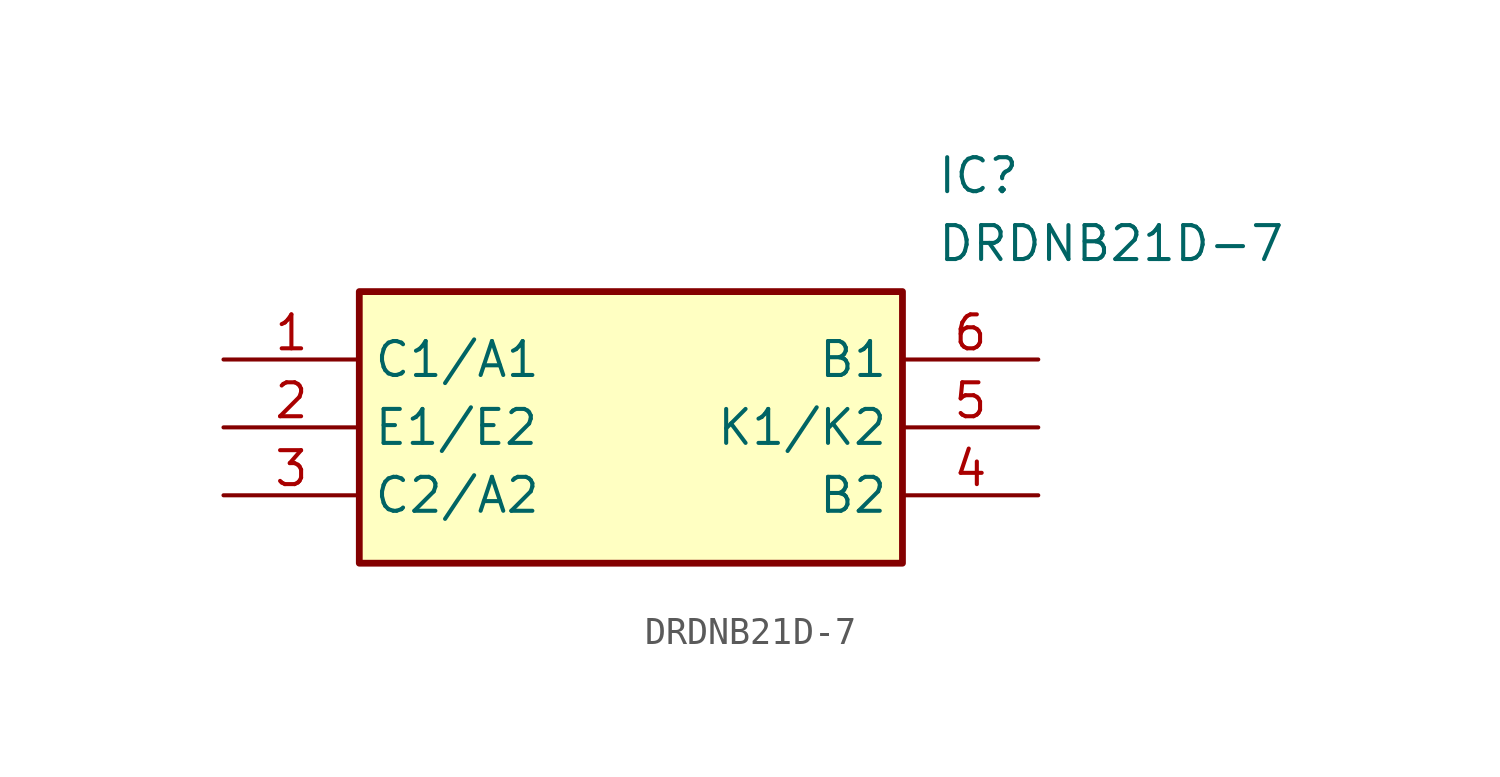
<source format=kicad_sym>
(kicad_symbol_lib
  (version 20211014)
  (generator SamacSys_ECAD_Model)
  (symbol "DRDNB21D-7"
    (property "Reference" "IC"
      (at 26.67 7.62 0)
      (effects (font (size 1.27 1.27)) (justify left top)))
    (property "Value" "DRDNB21D-7"
      (at 26.67 5.08 0)
      (effects (font (size 1.27 1.27)) (justify left top)))
    (rectangle
      (start 5.08 2.54)
      (end 25.4 -7.62)
      (stroke (width 0.254) (type default))
      (fill (type background)))
    (pin passive line
      (at 0 0 0)
      (length 5.08)
      (name "C1/A1" (effects (font (size 1.27 1.27))))
      (number "1" (effects (font (size 1.27 1.27)))))
    (pin passive line
      (at 0 -2.54 0)
      (length 5.08)
      (name "E1/E2" (effects (font (size 1.27 1.27))))
      (number "2" (effects (font (size 1.27 1.27)))))
    (pin passive line
      (at 0 -5.08 0)
      (length 5.08)
      (name "C2/A2" (effects (font (size 1.27 1.27))))
      (number "3" (effects (font (size 1.27 1.27)))))
    (pin passive line
      (at 30.48 0 180)
      (length 5.08)
      (name "B1" (effects (font (size 1.27 1.27))))
      (number "6" (effects (font (size 1.27 1.27)))))
    (pin passive line
      (at 30.48 -2.54 180)
      (length 5.08)
      (name "K1/K2" (effects (font (size 1.27 1.27))))
      (number "5" (effects (font (size 1.27 1.27)))))
    (pin passive line
      (at 30.48 -5.08 180)
      (length 5.08)
      (name "B2" (effects (font (size 1.27 1.27))))
      (number "4" (effects (font (size 1.27 1.27)))))))
</source>
